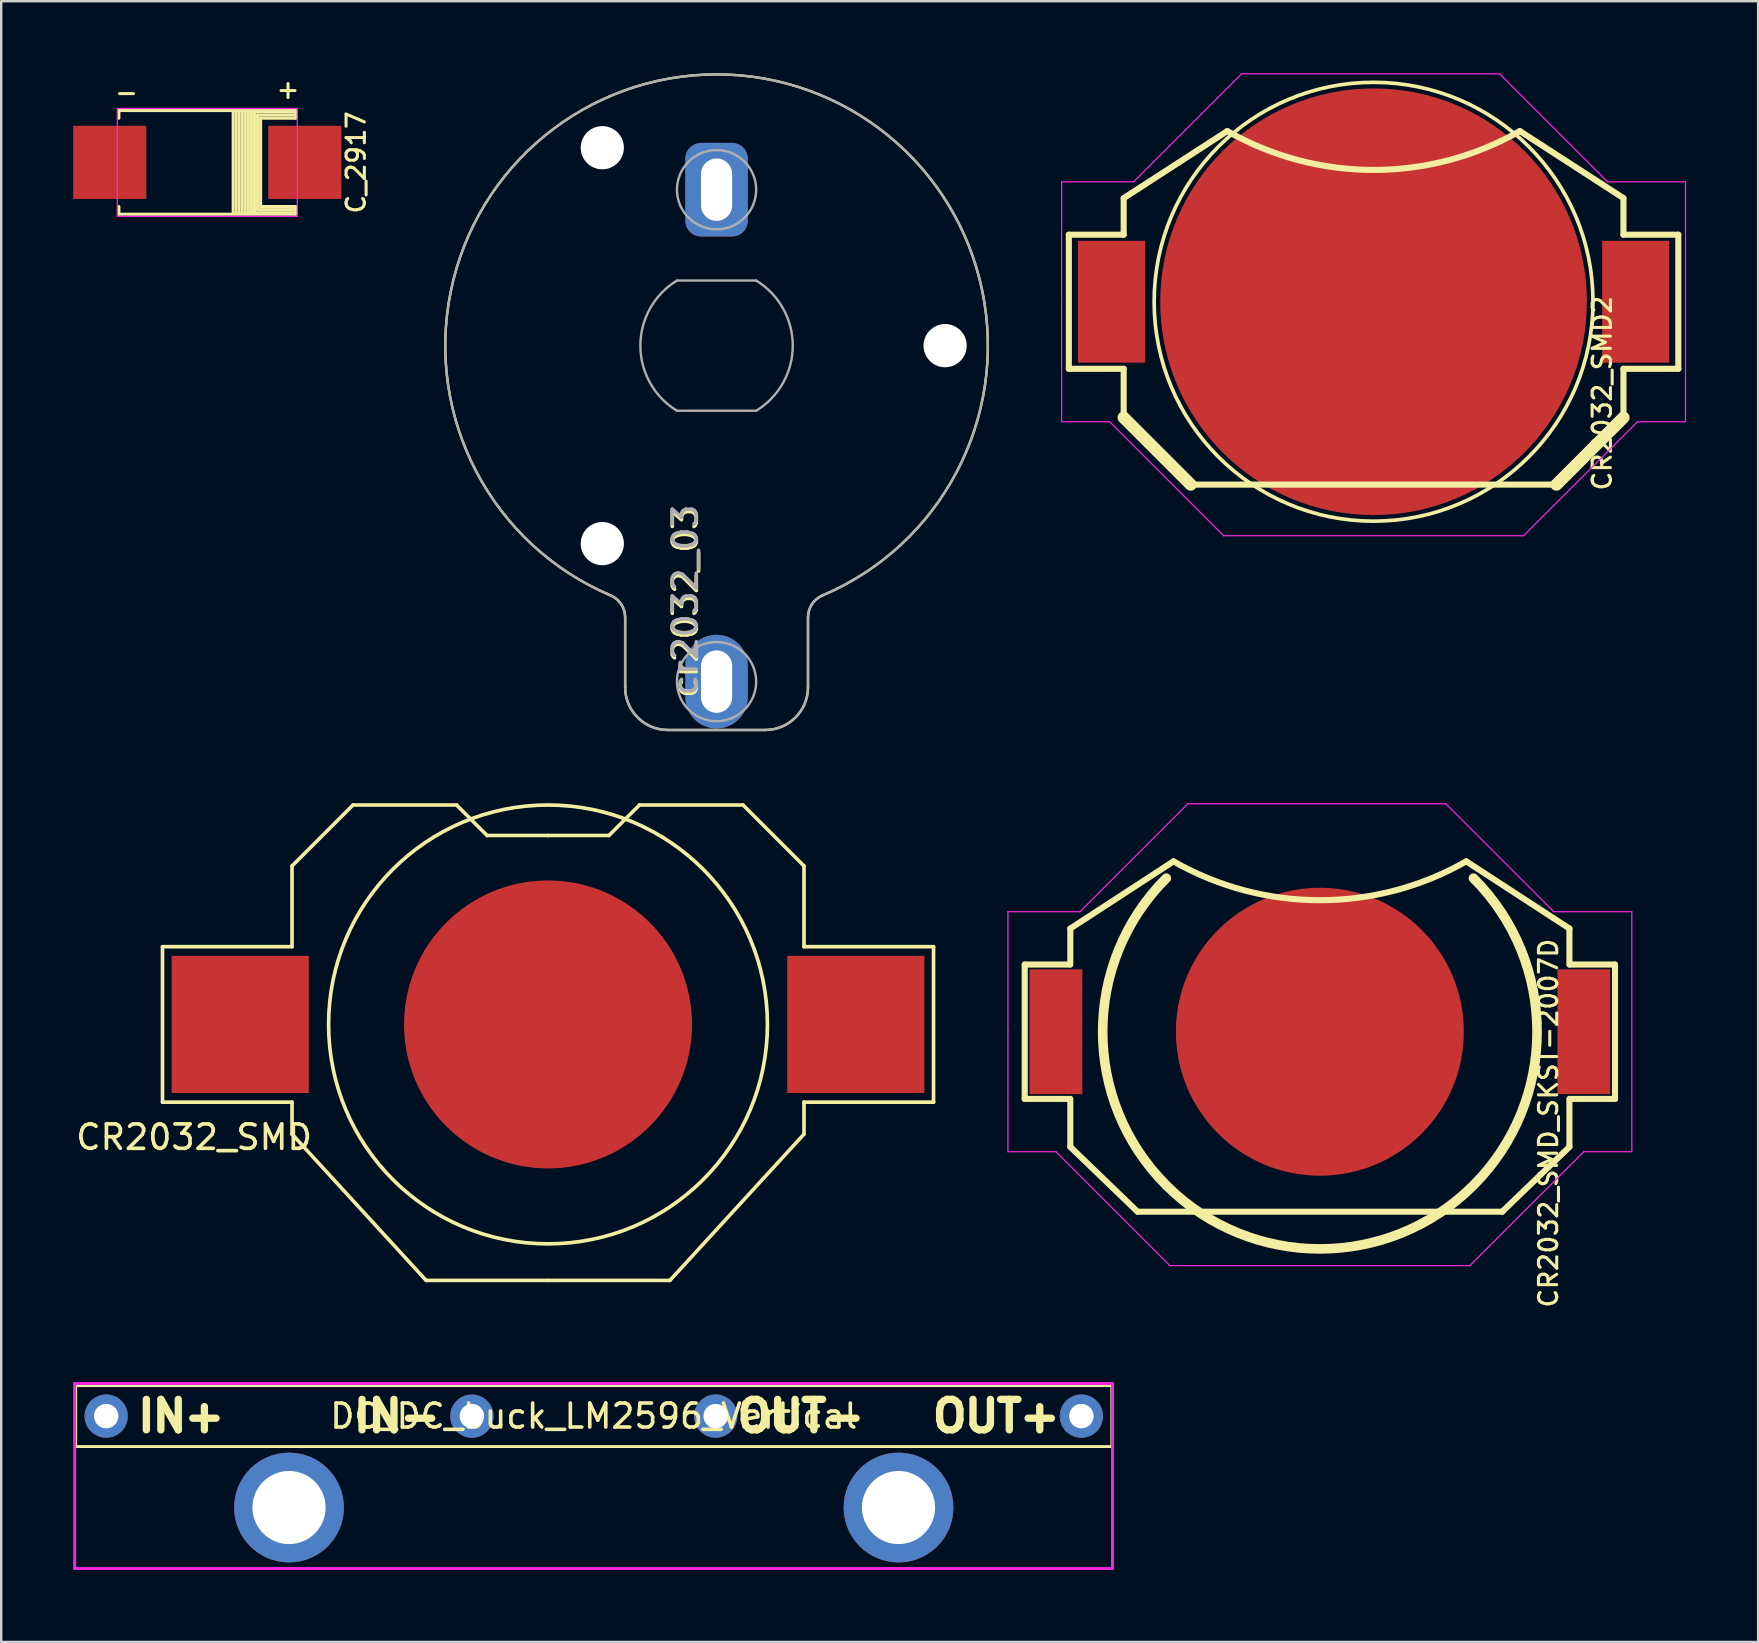
<source format=kicad_pcb>
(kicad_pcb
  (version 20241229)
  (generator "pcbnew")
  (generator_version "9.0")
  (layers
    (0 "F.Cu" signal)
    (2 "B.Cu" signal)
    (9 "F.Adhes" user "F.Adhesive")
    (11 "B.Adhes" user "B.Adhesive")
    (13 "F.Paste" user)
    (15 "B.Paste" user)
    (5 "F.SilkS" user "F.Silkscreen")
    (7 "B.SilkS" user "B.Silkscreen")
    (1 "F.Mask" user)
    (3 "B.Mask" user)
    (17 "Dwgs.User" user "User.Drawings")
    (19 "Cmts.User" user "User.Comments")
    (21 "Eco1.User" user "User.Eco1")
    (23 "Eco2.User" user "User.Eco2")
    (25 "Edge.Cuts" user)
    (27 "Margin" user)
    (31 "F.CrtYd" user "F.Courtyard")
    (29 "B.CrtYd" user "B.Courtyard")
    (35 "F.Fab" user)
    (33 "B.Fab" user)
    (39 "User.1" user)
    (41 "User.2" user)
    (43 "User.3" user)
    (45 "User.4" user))
  (footprint "DC_DC_buck_LM2596_Vertical"
    (layer "F.Cu")
    (at 21.695 55.965)
    (property "Reference" "DC_DC_buck_LM2596_Vertical" (at 0 0 180) (layer "F.SilkS") (effects (font (size 1 1) (thickness 0.15))))
    (attr through_hole)
    (fp_line (start -21.59 -1.27) (end 21.59 -1.27) (stroke (width 0.12) (type solid)) (layer "F.SilkS"))
    (fp_line (start -21.59 1.27) (end -21.59 -1.27) (stroke (width 0.12) (type solid)) (layer "F.SilkS"))
    (fp_line (start 21.59 -1.27) (end 21.59 1.27) (stroke (width 0.12) (type solid)) (layer "F.SilkS"))
    (fp_line (start 21.59 1.27) (end -21.59 1.27) (stroke (width 0.12) (type solid)) (layer "F.SilkS"))
    (fp_line (start -21.635 -1.36) (end 21.615 -1.36) (stroke (width 0.12) (type solid)) (layer "F.CrtYd"))
    (fp_line (start -21.635 6.35) (end -21.635 -1.36) (stroke (width 0.12) (type solid)) (layer "F.CrtYd"))
    (fp_line (start 21.615 -1.36) (end 21.615 6.35) (stroke (width 0.12) (type solid)) (layer "F.CrtYd"))
    (fp_line (start 21.615 6.35) (end -21.635 6.35) (stroke (width 0.12) (type solid)) (layer "F.CrtYd"))
    (fp_text user "IN+" (at -15.24 0 180) (layer "F.SilkS") (effects (font (size 1.27 1.27) (thickness 0.305)) (justify right)))
    (fp_text user "OUT-" (at 11.43 0 180) (layer "F.SilkS") (effects (font (size 1.27 1.27) (thickness 0.305)) (justify right)))
    (fp_text user "IN-" (at -10.16 0 180) (layer "F.SilkS") (effects (font (size 1.27 1.27) (thickness 0.305)) (justify left)))
    (fp_text user "OUT+" (at 13.97 0 180) (layer "F.SilkS") (effects (font (size 1.27 1.27) (thickness 0.305)) (justify left)))
    (pad "" thru_hole circle (at -12.7 3.81) (size 4.572 4.572) (drill 3.048) (layers "*.Cu" "*.Mask"))
    (pad "" thru_hole circle (at 12.7 3.81) (size 4.572 4.572) (drill 3.048) (layers "*.Cu" "*.Mask"))
    (pad "GND" thru_hole circle (at 5.08 0) (size 1.8 1.8) (drill 1.02) (layers "*.Cu" "*.Mask"))
    (pad "GNDPWR" thru_hole circle (at -5.08 0) (size 1.8 1.8) (drill 1.02) (layers "*.Cu" "*.Mask"))
    (pad "VIN" thru_hole circle (at -20.32 0) (size 1.8 1.8) (drill 1.02) (layers "*.Cu" "*.Mask"))
    (pad "VO" thru_hole circle (at 20.32 0) (size 1.8 1.8) (drill 1.02) (layers "*.Cu" "*.Mask")))
  (footprint "C_2917"
    (layer "F.Cu")
    (at 5.588 3.717)
    (property "Reference" "C_2917" (at 6.2 0 90) (layer "F.SilkS") (effects (font (size 0.762 0.762) (thickness 0.127))))
    (attr smd)
    (fp_line (start -3.683 -2.159) (end 3.683 -2.159) (stroke (width 0.127) (type solid)) (layer "F.SilkS"))
    (fp_line (start -3.683 -1.841) (end -3.683 -2.159) (stroke (width 0.127) (type solid)) (layer "F.SilkS"))
    (fp_line (start -3.683 2.159) (end -3.683 1.841) (stroke (width 0.127) (type solid)) (layer "F.SilkS"))
    (fp_line (start 1.079 -2.095) (end 1.079 2.095) (stroke (width 0.127) (type solid)) (layer "F.SilkS"))
    (fp_line (start 1.206 -2.095) (end 1.206 2.095) (stroke (width 0.127) (type solid)) (layer "F.SilkS"))
    (fp_line (start 1.333 -2.095) (end 1.333 2.095) (stroke (width 0.127) (type solid)) (layer "F.SilkS"))
    (fp_line (start 1.46 2.095) (end 1.46 -2.095) (stroke (width 0.127) (type solid)) (layer "F.SilkS"))
    (fp_line (start 1.587 -2.095) (end 1.587 2.095) (stroke (width 0.127) (type solid)) (layer "F.SilkS"))
    (fp_line (start 1.714 2.095) (end 1.714 -2.095) (stroke (width 0.127) (type solid)) (layer "F.SilkS"))
    (fp_line (start 1.841 -2.095) (end 1.841 2.095) (stroke (width 0.127) (type solid)) (layer "F.SilkS"))
    (fp_line (start 1.968 -2.095) (end 1.968 2.095) (stroke (width 0.127) (type solid)) (layer "F.SilkS"))
    (fp_line (start 1.968 2.095) (end 3.619 2.095) (stroke (width 0.127) (type solid)) (layer "F.SilkS"))
    (fp_line (start 2.095 -1.968) (end 3.619 -1.968) (stroke (width 0.127) (type solid)) (layer "F.SilkS"))
    (fp_line (start 2.095 1.968) (end 2.095 -1.968) (stroke (width 0.127) (type solid)) (layer "F.SilkS"))
    (fp_line (start 2.223 -1.841) (end 2.223 1.841) (stroke (width 0.127) (type solid)) (layer "F.SilkS"))
    (fp_line (start 2.223 1.841) (end 3.683 1.841) (stroke (width 0.127) (type solid)) (layer "F.SilkS"))
    (fp_line (start 3.619 -2.095) (end 1.968 -2.095) (stroke (width 0.127) (type solid)) (layer "F.SilkS"))
    (fp_line (start 3.683 -2.159) (end 3.683 -1.841) (stroke (width 0.127) (type solid)) (layer "F.SilkS"))
    (fp_line (start 3.683 -1.841) (end 2.223 -1.841) (stroke (width 0.127) (type solid)) (layer "F.SilkS"))
    (fp_line (start 3.683 1.841) (end 3.683 2.159) (stroke (width 0.127) (type solid)) (layer "F.SilkS"))
    (fp_line (start 3.683 1.968) (end 2.095 1.968) (stroke (width 0.127) (type solid)) (layer "F.SilkS"))
    (fp_line (start 3.683 2.159) (end -3.683 2.159) (stroke (width 0.127) (type solid)) (layer "F.SilkS"))
    (fp_line (start -3.75 -2.25) (end 3.75 -2.25) (stroke (width 0.05) (type solid)) (layer "F.CrtYd"))
    (fp_line (start -3.75 2.25) (end -3.75 -2.25) (stroke (width 0.05) (type solid)) (layer "F.CrtYd"))
    (fp_line (start 3.75 -2.25) (end 3.75 2.25) (stroke (width 0.05) (type solid)) (layer "F.CrtYd"))
    (fp_line (start 3.75 2.25) (end -3.75 2.25) (stroke (width 0.05) (type solid)) (layer "F.CrtYd"))
    (fp_text user "-" (at -3.365 -2.921 0) (layer "F.SilkS") (effects (font (size 0.762 0.762) (thickness 0.127))))
    (fp_text user "+" (at 3.365 -3.048 0) (layer "F.SilkS") (effects (font (size 0.762 0.762) (thickness 0.127))))
    (pad "1" smd rect (at 4.064 0) (size 3.048 3.048) (layers "F.Cu" "F.Mask" "F.Paste"))
    (pad "2" smd rect (at -4.064 0) (size 3.048 3.048) (layers "F.Cu" "F.Mask" "F.Paste")))
  (footprint "CR2032_SMD_SKST-2007D"
    (layer "F.Cu")
    (at 51.954 39.946)
    (property "Reference" "CR2032_SMD_SKST-2007D" (at 9.525 3.81 270) (layer "F.SilkS") (effects (font (size 0.762 0.762) (thickness 0.127))))
    (attr smd)
    (fp_line (start -12.3 -2.8) (end -10.414 -2.8) (stroke (width 0.254) (type solid)) (layer "F.SilkS"))
    (fp_line (start -12.3 2.8) (end -12.3 -2.8) (stroke (width 0.254) (type solid)) (layer "F.SilkS"))
    (fp_line (start -10.414 2.8) (end -12.3 2.8) (stroke (width 0.254) (type solid)) (layer "F.SilkS"))
    (fp_line (start -10.4 -4.3) (end -6.1 -7.1) (stroke (width 0.254) (type solid)) (layer "F.SilkS"))
    (fp_line (start -10.4 -2.8) (end -10.4 -4.3) (stroke (width 0.254) (type solid)) (layer "F.SilkS"))
    (fp_line (start -10.4 4.8) (end -10.4 2.8) (stroke (width 0.254) (type solid)) (layer "F.SilkS"))
    (fp_line (start -7.6 7.5) (end -10.4 4.8) (stroke (width 0.254) (type solid)) (layer "F.SilkS"))
    (fp_line (start 7.6 7.5) (end -7.6 7.5) (stroke (width 0.254) (type solid)) (layer "F.SilkS"))
    (fp_line (start 7.6 7.5) (end 10.4 4.8) (stroke (width 0.254) (type solid)) (layer "F.SilkS"))
    (fp_line (start 10.4 -4.3) (end 6.1 -7.1) (stroke (width 0.254) (type solid)) (layer "F.SilkS"))
    (fp_line (start 10.4 -2.8) (end 10.4 -4.3) (stroke (width 0.254) (type solid)) (layer "F.SilkS"))
    (fp_line (start 10.4 2.8) (end 10.4 4.8) (stroke (width 0.254) (type solid)) (layer "F.SilkS"))
    (fp_line (start 10.414 2.8) (end 12.3 2.8) (stroke (width 0.254) (type solid)) (layer "F.SilkS"))
    (fp_line (start 12.3 -2.8) (end 10.414 -2.8) (stroke (width 0.254) (type solid)) (layer "F.SilkS"))
    (fp_line (start 12.3 2.8) (end 12.3 -2.8) (stroke (width 0.254) (type solid)) (layer "F.SilkS"))
    (fp_arc (start 6.102154 -7.101231) (mid 0.00124 -5.480716) (end -6.1 -7.1) (stroke (width 0.254) (type solid)) (layer "F.SilkS"))
    (fp_arc (start 6.4 -6.4) (mid 0 9.050967) (end -6.4 -6.4) (stroke (width 0.4) (type solid)) (layer "F.SilkS"))
    (fp_line (start -13 -5) (end -10 -5) (stroke (width 0.05) (type solid)) (layer "F.CrtYd"))
    (fp_line (start -13 0) (end -13 -5) (stroke (width 0.05) (type solid)) (layer "F.CrtYd"))
    (fp_line (start -13 5) (end -13 0) (stroke (width 0.05) (type solid)) (layer "F.CrtYd"))
    (fp_line (start -11 5) (end -13 5) (stroke (width 0.05) (type solid)) (layer "F.CrtYd"))
    (fp_line (start -10 -5) (end -5.5 -9.5) (stroke (width 0.05) (type solid)) (layer "F.CrtYd"))
    (fp_line (start -6.25 9.75) (end -11 5) (stroke (width 0.05) (type solid)) (layer "F.CrtYd"))
    (fp_line (start -5.5 -9.5) (end 5.25 -9.5) (stroke (width 0.05) (type solid)) (layer "F.CrtYd"))
    (fp_line (start 5.25 -9.5) (end 9.75 -5) (stroke (width 0.05) (type solid)) (layer "F.CrtYd"))
    (fp_line (start 6.25 9.75) (end -6.25 9.75) (stroke (width 0.05) (type solid)) (layer "F.CrtYd"))
    (fp_line (start 9.75 -5) (end 13 -5) (stroke (width 0.05) (type solid)) (layer "F.CrtYd"))
    (fp_line (start 11 5) (end 6.25 9.75) (stroke (width 0.05) (type solid)) (layer "F.CrtYd"))
    (fp_line (start 13 -5) (end 13 5) (stroke (width 0.05) (type solid)) (layer "F.CrtYd"))
    (fp_line (start 13 5) (end 11 5) (stroke (width 0.05) (type solid)) (layer "F.CrtYd"))
    (pad "1" smd rect (at -11 0) (size 2.2 5.2) (layers "F.Cu" "F.Mask" "F.Paste"))
    (pad "1" smd rect (at 11 0) (size 2.2 5.2) (layers "F.Cu" "F.Mask" "F.Paste"))
    (pad "2" smd circle (at 0 0) (size 12 12) (layers "F.Cu" "F.Mask")))
  (footprint "cr2032_03"
    (layer "F.Cu")
    (at 26.812 11.355)
    (property "Reference" "cr2032_03" (at -1.3 10.7 90) (layer "F.SilkS") (effects (font (size 1 1) (thickness 0.15))))
    (attr smd)
    (fp_line (start -3.81 11.326) (end -3.81 14.236) (stroke (width 0.1) (type solid)) (layer "F.SilkS"))
    (fp_line (start -2.03 16.016) (end 2.03 16.016) (stroke (width 0.1) (type solid)) (layer "F.SilkS"))
    (fp_line (start 3.81 11.326) (end 3.81 14.236) (stroke (width 0.1) (type solid)) (layer "F.SilkS"))
    (fp_arc (start -4.419269 10.405495) (mid -3.976114 10.774063) (end -3.81 11.326) (stroke (width 0.1) (type solid)) (layer "F.SilkS"))
    (fp_arc (start -4.415755 10.407378) (mid -0.001763 -11.305415) (end 4.419 10.406) (stroke (width 0.1) (type solid)) (layer "F.SilkS"))
    (fp_arc (start -2.03 16.016) (mid -3.28865 15.49465) (end -3.81 14.236) (stroke (width 0.1) (type solid)) (layer "F.SilkS"))
    (fp_arc (start 3.81 14.236) (mid 3.28865 15.49465) (end 2.03 16.016) (stroke (width 0.1) (type solid)) (layer "F.SilkS"))
    (fp_arc (start 3.81036 11.326445) (mid 3.976169 10.774633) (end 4.419 10.406) (stroke (width 0.1) (type solid)) (layer "F.SilkS"))
    (fp_line (start -3.81 11.326) (end -3.81 14.236) (stroke (width 0.1) (type solid)) (layer "F.Fab"))
    (fp_line (start -2.03 16.016) (end 2.03 16.016) (stroke (width 0.1) (type solid)) (layer "F.Fab"))
    (fp_line (start -1.65 2.713) (end 1.65 2.713) (stroke (width 0.1) (type solid)) (layer "F.Fab"))
    (fp_line (start 1.65 -2.713) (end -1.65 -2.713) (stroke (width 0.1) (type solid)) (layer "F.Fab"))
    (fp_line (start 3.81 11.326) (end 3.81 14.236) (stroke (width 0.1) (type solid)) (layer "F.Fab"))
    (fp_arc (start -4.419269 10.405495) (mid -3.976114 10.774063) (end -3.81 11.326) (stroke (width 0.1) (type solid)) (layer "F.Fab"))
    (fp_arc (start -4.415755 10.407378) (mid -0.001763 -11.305415) (end 4.419 10.406) (stroke (width 0.1) (type solid)) (layer "F.Fab"))
    (fp_arc (start -2.03 16.016) (mid -3.28865 15.49465) (end -3.81 14.236) (stroke (width 0.1) (type solid)) (layer "F.Fab"))
    (fp_arc (start -1.649313 2.713417) (mid -3.175353 0.000402) (end -1.65 -2.713) (stroke (width 0.1) (type solid)) (layer "F.Fab"))
    (fp_arc (start 1.649313 -2.713417) (mid 3.175353 -0.000402) (end 1.65 2.713) (stroke (width 0.1) (type solid)) (layer "F.Fab"))
    (fp_arc (start 3.81 14.236) (mid 3.28865 15.49465) (end 2.03 16.016) (stroke (width 0.1) (type solid)) (layer "F.Fab"))
    (fp_arc (start 3.81036 11.326445) (mid 3.976169 10.774633) (end 4.419 10.406) (stroke (width 0.1) (type solid)) (layer "F.Fab"))
    (fp_circle (center -4.762 -8.249) (end -3.962 -8.249) (stroke (width 0.1) (type solid)) (fill no) (layer "F.Fab"))
    (fp_circle (center -4.762 8.249) (end -3.962 8.249) (stroke (width 0.1) (type solid)) (fill no) (layer "F.Fab"))
    (fp_circle (center 0 -6.5) (end 1.65 -6.5) (stroke (width 0.1) (type solid)) (fill no) (layer "F.Fab"))
    (fp_circle (center 0 14) (end 1.65 14) (stroke (width 0.1) (type solid)) (fill no) (layer "F.Fab"))
    (fp_circle (center 9.525 0) (end 10.325 0) (stroke (width 0.1) (type solid)) (fill no) (layer "F.Fab"))
    (fp_text user "${REFERENCE}" (at -1.3 10.6 90) (layer "F.Fab") (effects (font (size 1 1) (thickness 0.15))))
    (pad "" np_thru_hole circle (at -4.762 -8.249) (size 1.8 1.8) (drill 1.8) (layers "*.Cu" "*.Mask"))
    (pad "" np_thru_hole circle (at -4.762 8.249) (size 1.8 1.8) (drill 1.8) (layers "*.Cu" "*.Mask"))
    (pad "" np_thru_hole circle (at 9.525 0) (size 1.8 1.8) (drill 1.8) (layers "*.Cu" "*.Mask"))
    (pad "1" thru_hole oval (at 0 14) (size 2.6 3.9) (drill oval 1.3 2.6) (layers "*.Cu" "*.Mask"))
    (pad "2" thru_hole roundrect (at 0 -6.5) (size 2.6 3.9) (drill oval 1.3 2.6) (layers "*.Cu" "*.Mask") (roundrect_rratio 0.25)))
  (footprint "CR2032_SMD2"
    (layer "F.Cu")
    (at 54.192 9.525)
    (property "Reference" "CR2032_SMD2" (at 9.525 3.81 270) (layer "F.SilkS") (effects (font (size 0.762 0.762) (thickness 0.127))))
    (attr smd)
    (fp_line (start -12.7 -2.794) (end -10.414 -2.794) (stroke (width 0.254) (type solid)) (layer "F.SilkS"))
    (fp_line (start -12.7 2.794) (end -12.7 -2.794) (stroke (width 0.254) (type solid)) (layer "F.SilkS"))
    (fp_line (start -10.414 -4.318) (end -6.096 -7.112) (stroke (width 0.254) (type solid)) (layer "F.SilkS"))
    (fp_line (start -10.414 -2.794) (end -10.414 -4.318) (stroke (width 0.254) (type solid)) (layer "F.SilkS"))
    (fp_line (start -10.414 2.794) (end -12.7 2.794) (stroke (width 0.254) (type solid)) (layer "F.SilkS"))
    (fp_line (start -10.414 4.826) (end -10.414 2.794) (stroke (width 0.254) (type solid)) (layer "F.SilkS"))
    (fp_line (start -7.62 7.62) (end -10.414 4.826) (stroke (width 0.508) (type solid)) (layer "F.SilkS"))
    (fp_line (start 7.62 7.62) (end -7.62 7.62) (stroke (width 0.254) (type solid)) (layer "F.SilkS"))
    (fp_line (start 7.62 7.62) (end 10.414 4.826) (stroke (width 0.508) (type solid)) (layer "F.SilkS"))
    (fp_line (start 10.414 -4.318) (end 6.096 -7.112) (stroke (width 0.254) (type solid)) (layer "F.SilkS"))
    (fp_line (start 10.414 -2.794) (end 10.414 -4.318) (stroke (width 0.254) (type solid)) (layer "F.SilkS"))
    (fp_line (start 10.414 2.794) (end 10.414 4.826) (stroke (width 0.254) (type solid)) (layer "F.SilkS"))
    (fp_line (start 10.414 2.794) (end 12.7 2.794) (stroke (width 0.254) (type solid)) (layer "F.SilkS"))
    (fp_line (start 12.7 -2.794) (end 10.414 -2.794) (stroke (width 0.254) (type solid)) (layer "F.SilkS"))
    (fp_line (start 12.7 2.794) (end 12.7 -2.794) (stroke (width 0.254) (type solid)) (layer "F.SilkS"))
    (fp_arc (start 6.096 -7.112) (mid 0 -5.493119) (end -6.096 -7.112) (stroke (width 0.254) (type solid)) (layer "F.SilkS"))
    (fp_circle (center 0 0) (end 0 -9.144) (stroke (width 0.152) (type solid)) (fill no) (layer "F.SilkS"))
    (fp_line (start -13 -5) (end -10 -5) (stroke (width 0.05) (type solid)) (layer "F.CrtYd"))
    (fp_line (start -13 0) (end -13 -5) (stroke (width 0.05) (type solid)) (layer "F.CrtYd"))
    (fp_line (start -13 5) (end -13 0) (stroke (width 0.05) (type solid)) (layer "F.CrtYd"))
    (fp_line (start -11 5) (end -13 5) (stroke (width 0.05) (type solid)) (layer "F.CrtYd"))
    (fp_line (start -10 -5) (end -5.5 -9.5) (stroke (width 0.05) (type solid)) (layer "F.CrtYd"))
    (fp_line (start -6.25 9.75) (end -11 5) (stroke (width 0.05) (type solid)) (layer "F.CrtYd"))
    (fp_line (start -5.5 -9.5) (end 5.25 -9.5) (stroke (width 0.05) (type solid)) (layer "F.CrtYd"))
    (fp_line (start 5.25 -9.5) (end 9.75 -5) (stroke (width 0.05) (type solid)) (layer "F.CrtYd"))
    (fp_line (start 6.25 9.75) (end -6.25 9.75) (stroke (width 0.05) (type solid)) (layer "F.CrtYd"))
    (fp_line (start 9.75 -5) (end 13 -5) (stroke (width 0.05) (type solid)) (layer "F.CrtYd"))
    (fp_line (start 11 5) (end 6.25 9.75) (stroke (width 0.05) (type solid)) (layer "F.CrtYd"))
    (fp_line (start 13 -5) (end 13 5) (stroke (width 0.05) (type solid)) (layer "F.CrtYd"))
    (fp_line (start 13 5) (end 11 5) (stroke (width 0.05) (type solid)) (layer "F.CrtYd"))
    (pad "1" smd rect (at -10.922 0) (size 2.794 5.08) (layers "F.Cu" "F.Mask" "F.Paste"))
    (pad "1" smd rect (at 10.922 0) (size 2.794 5.08) (layers "F.Cu" "F.Mask" "F.Paste"))
    (pad "2" smd circle (at 0 0) (size 17.78 17.78) (layers "F.Cu" "F.Mask")))
  (footprint "CR2032_SMD"
    (layer "F.Cu")
    (at 19.788 39.642)
    (property "Reference" "CR2032_SMD" (at -14.75 4.7 0) (layer "F.SilkS") (effects (font (size 1.016 1.016) (thickness 0.152))))
    (attr smd)
    (fp_line (start -16.066 -3.239) (end -10.668 -3.239) (stroke (width 0.152) (type solid)) (layer "F.SilkS"))
    (fp_line (start -16.066 3.239) (end -16.066 -3.239) (stroke (width 0.152) (type solid)) (layer "F.SilkS"))
    (fp_line (start -10.668 -6.604) (end -8.128 -9.144) (stroke (width 0.15) (type solid)) (layer "F.SilkS"))
    (fp_line (start -10.668 -3.239) (end -10.668 -6.604) (stroke (width 0.152) (type solid)) (layer "F.SilkS"))
    (fp_line (start -10.668 3.239) (end -16.066 3.239) (stroke (width 0.152) (type solid)) (layer "F.SilkS"))
    (fp_line (start -10.668 4.572) (end -10.668 3.239) (stroke (width 0.152) (type solid)) (layer "F.SilkS"))
    (fp_line (start -8.128 -9.144) (end -3.81 -9.144) (stroke (width 0.15) (type solid)) (layer "F.SilkS"))
    (fp_line (start -5.08 10.668) (end -10.668 4.572) (stroke (width 0.15) (type solid)) (layer "F.SilkS"))
    (fp_line (start -3.81 -9.144) (end -2.54 -7.874) (stroke (width 0.15) (type solid)) (layer "F.SilkS"))
    (fp_line (start -2.54 -7.874) (end 0 -7.874) (stroke (width 0.15) (type solid)) (layer "F.SilkS"))
    (fp_line (start 0 -7.874) (end 2.54 -7.874) (stroke (width 0.15) (type solid)) (layer "F.SilkS"))
    (fp_line (start 0 10.668) (end -5.08 10.668) (stroke (width 0.15) (type solid)) (layer "F.SilkS"))
    (fp_line (start 2.54 -7.874) (end 3.81 -9.144) (stroke (width 0.15) (type solid)) (layer "F.SilkS"))
    (fp_line (start 3.81 -9.144) (end 8.128 -9.144) (stroke (width 0.15) (type solid)) (layer "F.SilkS"))
    (fp_line (start 5.08 10.668) (end 0 10.668) (stroke (width 0.15) (type solid)) (layer "F.SilkS"))
    (fp_line (start 8.128 -9.144) (end 10.668 -6.604) (stroke (width 0.15) (type solid)) (layer "F.SilkS"))
    (fp_line (start 10.668 -3.239) (end 10.668 -6.604) (stroke (width 0.152) (type solid)) (layer "F.SilkS"))
    (fp_line (start 10.668 3.239) (end 16.066 3.239) (stroke (width 0.152) (type solid)) (layer "F.SilkS"))
    (fp_line (start 10.668 4.572) (end 5.08 10.668) (stroke (width 0.15) (type solid)) (layer "F.SilkS"))
    (fp_line (start 10.668 4.572) (end 10.668 3.239) (stroke (width 0.152) (type solid)) (layer "F.SilkS"))
    (fp_line (start 16.066 -3.239) (end 10.668 -3.239) (stroke (width 0.152) (type solid)) (layer "F.SilkS"))
    (fp_line (start 16.066 3.239) (end 16.066 -3.239) (stroke (width 0.152) (type solid)) (layer "F.SilkS"))
    (fp_circle (center 0 0) (end 0 -9.144) (stroke (width 0.152) (type solid)) (fill no) (layer "F.SilkS"))
    (pad "1" smd rect (at -12.827 0) (size 5.715 5.715) (layers "F.Cu" "F.Mask" "F.Paste"))
    (pad "1" smd rect (at 12.827 0) (size 5.715 5.715) (layers "F.Cu" "F.Mask" "F.Paste"))
    (pad "2" smd circle (at 0 0) (size 12 12) (layers "F.Cu" "F.Mask" "F.Paste")))
  (gr_rect
    (start -3 -3)
    (end 70.217 65.375)
    (stroke (width 0.1) (type default))
    (fill no)
    (layer "Edge.Cuts")))
</source>
